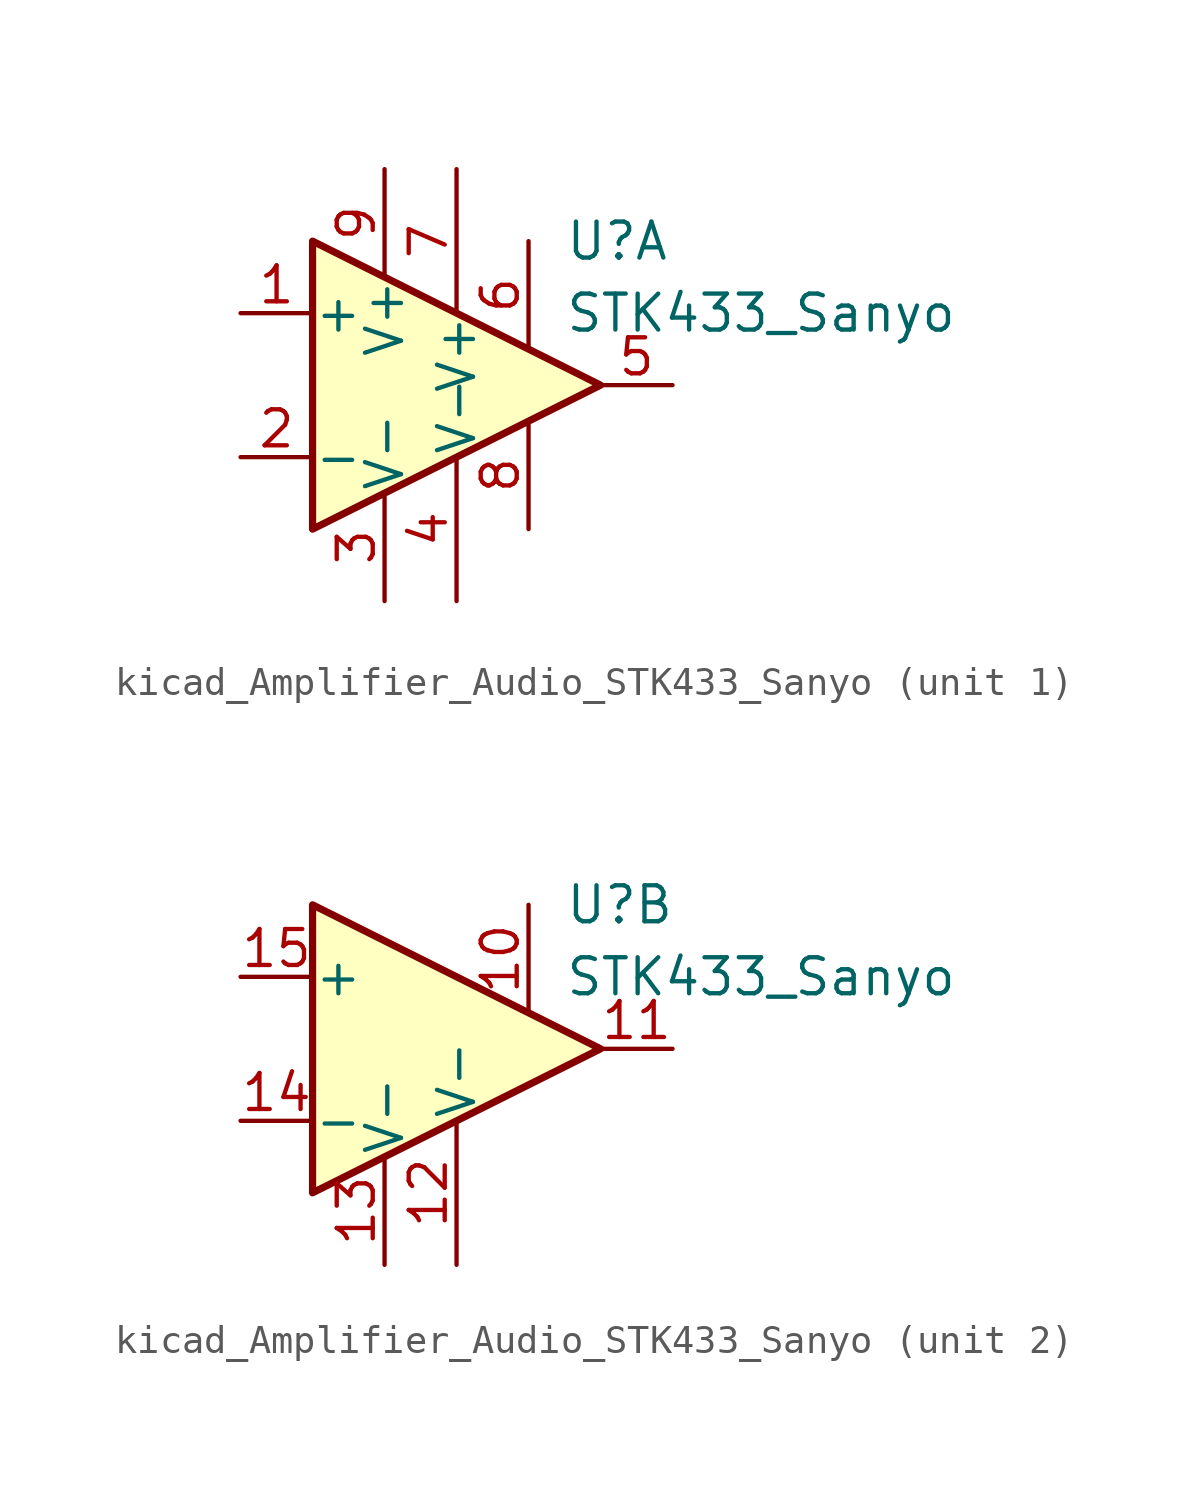
<source format=kicad_sym>
(kicad_symbol_lib
  (version 20220914)
  (generator kicad_symbol_editor)
  (symbol "kicad_Amplifier_Audio_STK433_Sanyo"
    (pin_names
      (offset 0.025))
    (property "Reference" "U"
      (at 3.81 5.08 0)
      (effects (font (size 1.27 1.27)) (justify left)))
    (property "Value" "STK433_Sanyo"
      (at 3.81 2.54 0)
      (effects (font (size 1.27 1.27)) (justify left)))
    (symbol "kicad_Amplifier_Audio_STK433_Sanyo_0_1"
      (polyline (pts (xy -5.08 5.08) (xy 5.08 0) (xy -5.08 -5.08) (xy -5.08 5.08)) (stroke (width 0.254) (type default)) (fill (type background))))
    (symbol "kicad_Amplifier_Audio_STK433_Sanyo_1_1"
      (pin input line (at -7.62 2.54 0) (length 2.54) (name "+" (effects (font (size 1.27 1.27)))) (number "1" (effects (font (size 1.27 1.27)))))
      (pin input line (at -7.62 -2.54 0) (length 2.54) (name "-" (effects (font (size 1.27 1.27)))) (number "2" (effects (font (size 1.27 1.27)))))
      (pin power_in line (at -2.54 -7.62 90) (length 3.81) (name "V-" (effects (font (size 1.27 1.27)))) (number "3" (effects (font (size 1.27 1.27)))))
      (pin power_in line (at 0 -7.62 90) (length 5.08) (name "V-" (effects (font (size 1.27 1.27)))) (number "4" (effects (font (size 1.27 1.27)))))
      (pin output line (at 7.62 0 180) (length 2.54) (name "~" (effects (font (size 1.27 1.27)))) (number "5" (effects (font (size 1.27 1.27)))))
      (pin passive line (at 2.54 5.08 270) (length 3.81) (name "~" (effects (font (size 1.27 1.27)))) (number "6" (effects (font (size 1.27 1.27)))))
      (pin power_in line (at 0 7.62 270) (length 5.08) (name "V+" (effects (font (size 1.27 1.27)))) (number "7" (effects (font (size 1.27 1.27)))))
      (pin power_in line (at 2.54 -5.08 90) (length 3.81) (name "~" (effects (font (size 1.27 1.27)))) (number "8" (effects (font (size 1.27 1.27)))))
      (pin power_in line (at -2.54 7.62 270) (length 3.81) (name "V+" (effects (font (size 1.27 1.27)))) (number "9" (effects (font (size 1.27 1.27))))))
    (symbol "kicad_Amplifier_Audio_STK433_Sanyo_2_1"
      (pin passive line (at 2.54 5.08 270) (length 3.81) (name "~" (effects (font (size 1.27 1.27)))) (number "10" (effects (font (size 1.27 1.27)))))
      (pin output line (at 7.62 0 180) (length 2.54) (name "~" (effects (font (size 1.27 1.27)))) (number "11" (effects (font (size 1.27 1.27)))))
      (pin power_in line (at 0 -7.62 90) (length 5.08) (name "V-" (effects (font (size 1.27 1.27)))) (number "12" (effects (font (size 1.27 1.27)))))
      (pin power_in line (at -2.54 -7.62 90) (length 3.81) (name "V-" (effects (font (size 1.27 1.27)))) (number "13" (effects (font (size 1.27 1.27)))))
      (pin input line (at -7.62 -2.54 0) (length 2.54) (name "-" (effects (font (size 1.27 1.27)))) (number "14" (effects (font (size 1.27 1.27)))))
      (pin input line (at -7.62 2.54 0) (length 2.54) (name "+" (effects (font (size 1.27 1.27)))) (number "15" (effects (font (size 1.27 1.27))))))))
</source>
